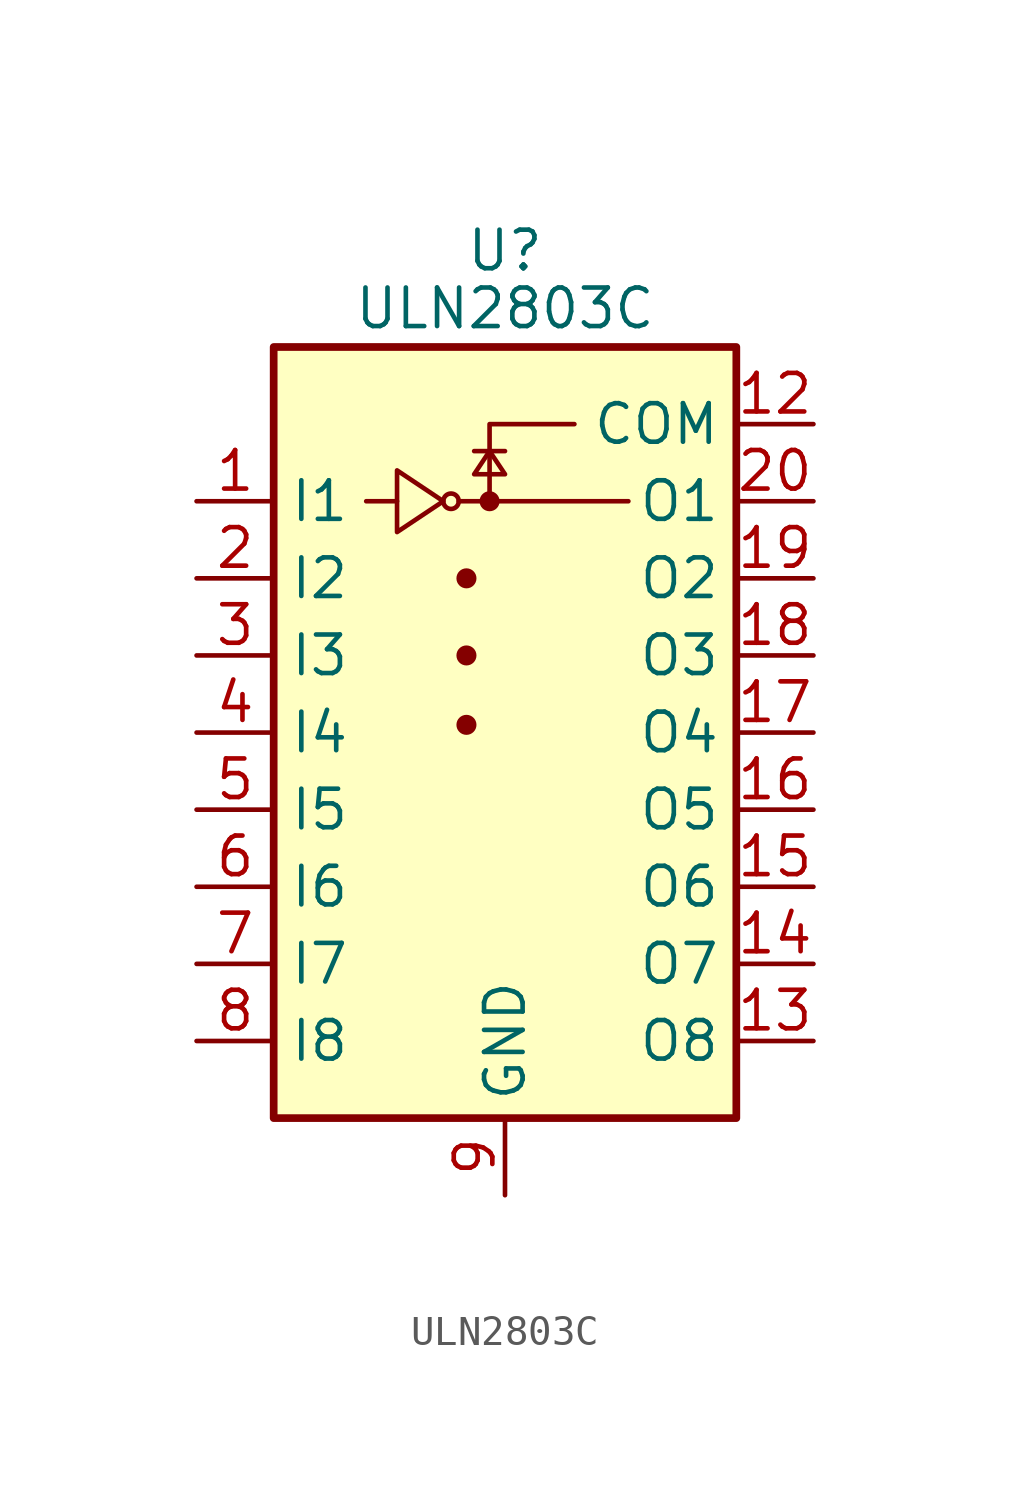
<source format=kicad_sym>
(kicad_symbol_lib
  (version 20231120)
  (generator "kicad_symbol_editor")
  (generator_version "8.0")
  (symbol "ULN2803C"
    (property "Reference" "U"
      (at 0 13.335 0)
      (effects (font (size 1.27 1.27))))
    (property "Value" "ULN2803C"
      (at 0 11.43 0)
      (effects (font (size 1.27 1.27))))
    (symbol "ULN2803C_0_1"
      (rectangle (start -7.62 10.16) (end 7.62 -15.24) (stroke (width 0.254) (type default)) (fill (type background)))
      (circle (center -1.778 5.08) (radius 0.254) (stroke (width 0) (type default)) (fill (type none)))
      (circle (center -1.27 -2.286) (radius 0.254) (stroke (width 0) (type default)) (fill (type outline)))
      (circle (center -1.27 0) (radius 0.254) (stroke (width 0) (type default)) (fill (type outline)))
      (circle (center -1.27 2.54) (radius 0.254) (stroke (width 0) (type default)) (fill (type outline)))
      (circle (center -0.508 5.08) (radius 0.254) (stroke (width 0) (type default)) (fill (type outline)))
      (polyline (pts (xy -4.572 5.08) (xy -3.556 5.08)) (stroke (width 0) (type default)) (fill (type none)))
      (polyline (pts (xy -1.524 5.08) (xy 4.064 5.08)) (stroke (width 0) (type default)) (fill (type none)))
      (polyline (pts (xy 0 6.731) (xy -1.016 6.731)) (stroke (width 0) (type default)) (fill (type none)))
      (polyline (pts (xy -0.508 5.08) (xy -0.508 7.62) (xy 2.286 7.62)) (stroke (width 0) (type default)) (fill (type none)))
      (polyline (pts (xy -3.556 6.096) (xy -3.556 4.064) (xy -2.032 5.08) (xy -3.556 6.096)) (stroke (width 0) (type default)) (fill (type none)))
      (polyline (pts (xy 0 5.969) (xy -1.016 5.969) (xy -0.508 6.731) (xy 0 5.969)) (stroke (width 0) (type default)) (fill (type none))))
    (symbol "ULN2803C_1_1"
      (pin input line (at -10.16 5.08 0) (length 2.54) (name "I1" (effects (font (size 1.27 1.27)))) (number "1" (effects (font (size 1.27 1.27)))))
      (pin no_connect line (at -10.16 -17.78 0) (length 2.54) hide (name "NC" (effects (font (size 1.27 1.27)))) (number "10" (effects (font (size 1.27 1.27)))))
      (pin no_connect line (at 10.16 -17.78 180) (length 2.54) hide (name "NC" (effects (font (size 1.27 1.27)))) (number "11" (effects (font (size 1.27 1.27)))))
      (pin passive line (at 10.16 7.62 180) (length 2.54) (name "COM" (effects (font (size 1.27 1.27)))) (number "12" (effects (font (size 1.27 1.27)))))
      (pin open_collector line (at 10.16 -12.7 180) (length 2.54) (name "O8" (effects (font (size 1.27 1.27)))) (number "13" (effects (font (size 1.27 1.27)))))
      (pin open_collector line (at 10.16 -10.16 180) (length 2.54) (name "O7" (effects (font (size 1.27 1.27)))) (number "14" (effects (font (size 1.27 1.27)))))
      (pin open_collector line (at 10.16 -7.62 180) (length 2.54) (name "O6" (effects (font (size 1.27 1.27)))) (number "15" (effects (font (size 1.27 1.27)))))
      (pin open_collector line (at 10.16 -5.08 180) (length 2.54) (name "O5" (effects (font (size 1.27 1.27)))) (number "16" (effects (font (size 1.27 1.27)))))
      (pin open_collector line (at 10.16 -2.54 180) (length 2.54) (name "O4" (effects (font (size 1.27 1.27)))) (number "17" (effects (font (size 1.27 1.27)))))
      (pin open_collector line (at 10.16 0 180) (length 2.54) (name "O3" (effects (font (size 1.27 1.27)))) (number "18" (effects (font (size 1.27 1.27)))))
      (pin open_collector line (at 10.16 2.54 180) (length 2.54) (name "O2" (effects (font (size 1.27 1.27)))) (number "19" (effects (font (size 1.27 1.27)))))
      (pin input line (at -10.16 2.54 0) (length 2.54) (name "I2" (effects (font (size 1.27 1.27)))) (number "2" (effects (font (size 1.27 1.27)))))
      (pin open_collector line (at 10.16 5.08 180) (length 2.54) (name "O1" (effects (font (size 1.27 1.27)))) (number "20" (effects (font (size 1.27 1.27)))))
      (pin input line (at -10.16 0 0) (length 2.54) (name "I3" (effects (font (size 1.27 1.27)))) (number "3" (effects (font (size 1.27 1.27)))))
      (pin input line (at -10.16 -2.54 0) (length 2.54) (name "I4" (effects (font (size 1.27 1.27)))) (number "4" (effects (font (size 1.27 1.27)))))
      (pin input line (at -10.16 -5.08 0) (length 2.54) (name "I5" (effects (font (size 1.27 1.27)))) (number "5" (effects (font (size 1.27 1.27)))))
      (pin input line (at -10.16 -7.62 0) (length 2.54) (name "I6" (effects (font (size 1.27 1.27)))) (number "6" (effects (font (size 1.27 1.27)))))
      (pin input line (at -10.16 -10.16 0) (length 2.54) (name "I7" (effects (font (size 1.27 1.27)))) (number "7" (effects (font (size 1.27 1.27)))))
      (pin input line (at -10.16 -12.7 0) (length 2.54) (name "I8" (effects (font (size 1.27 1.27)))) (number "8" (effects (font (size 1.27 1.27)))))
      (pin power_in line (at 0 -17.78 90) (length 2.54) (name "GND" (effects (font (size 1.27 1.27)))) (number "9" (effects (font (size 1.27 1.27))))))))
</source>
